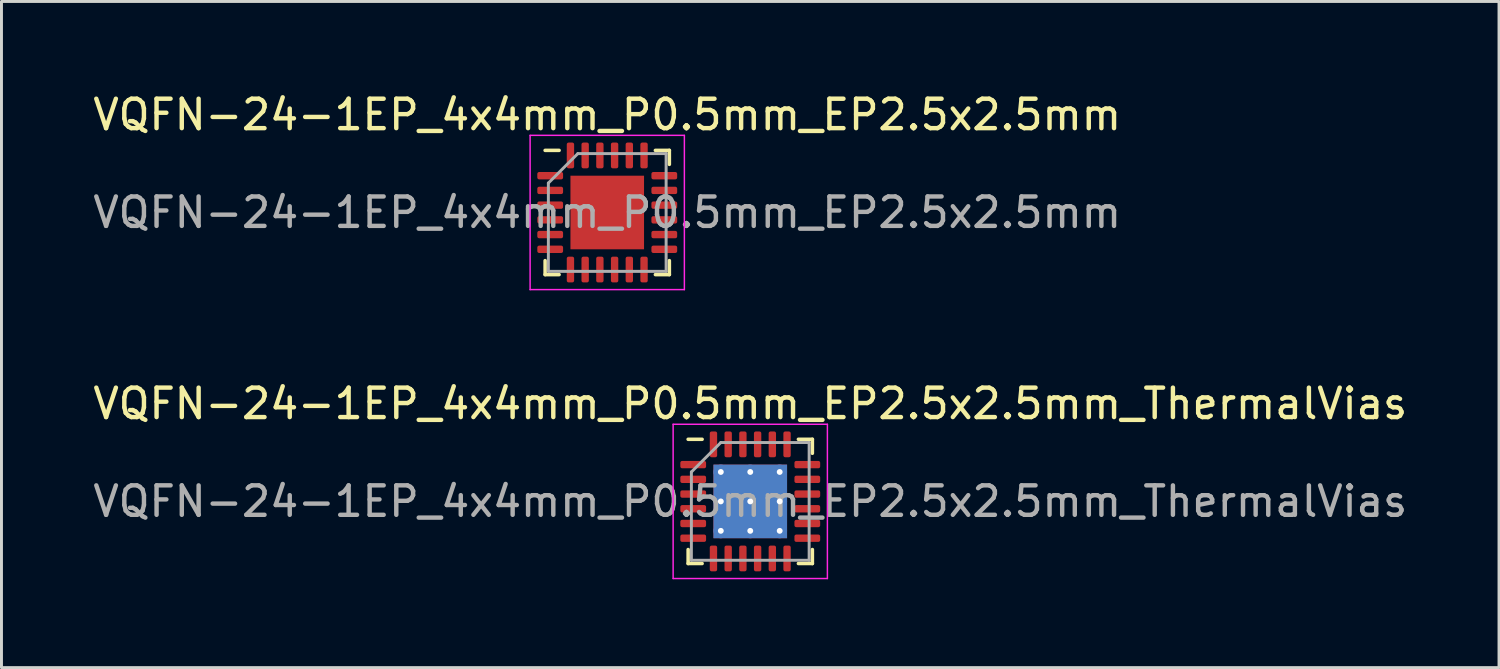
<source format=kicad_pcb>
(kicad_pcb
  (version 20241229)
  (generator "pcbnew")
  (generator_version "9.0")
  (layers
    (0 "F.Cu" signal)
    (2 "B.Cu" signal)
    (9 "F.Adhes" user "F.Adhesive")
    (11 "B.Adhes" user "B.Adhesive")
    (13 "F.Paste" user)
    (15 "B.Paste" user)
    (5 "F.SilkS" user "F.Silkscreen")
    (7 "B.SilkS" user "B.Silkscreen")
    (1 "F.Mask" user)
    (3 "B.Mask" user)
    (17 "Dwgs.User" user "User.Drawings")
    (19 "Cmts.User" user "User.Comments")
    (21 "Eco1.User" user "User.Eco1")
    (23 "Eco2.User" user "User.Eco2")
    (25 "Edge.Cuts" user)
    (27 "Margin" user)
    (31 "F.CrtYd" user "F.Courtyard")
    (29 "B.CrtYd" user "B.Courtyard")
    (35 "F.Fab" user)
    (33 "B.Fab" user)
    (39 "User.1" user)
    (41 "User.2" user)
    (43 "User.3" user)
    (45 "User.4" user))
  (footprint "VQFN-24-1EP_4x4mm_P0.5mm_EP2.5x2.5mm"
    (layer "F.Cu")
    (at 17.577 4.168)
    (property "Reference" "VQFN-24-1EP_4x4mm_P0.5mm_EP2.5x2.5mm" (at 0 -3.32 0) (layer "F.SilkS") (effects (font (size 1 1) (thickness 0.15))))
    (attr smd)
    (fp_line (start -2.11 2.11) (end -2.11 1.635) (stroke (width 0.12) (type solid)) (layer "F.SilkS"))
    (fp_line (start -1.635 -2.11) (end -2.11 -2.11) (stroke (width 0.12) (type solid)) (layer "F.SilkS"))
    (fp_line (start -1.635 2.11) (end -2.11 2.11) (stroke (width 0.12) (type solid)) (layer "F.SilkS"))
    (fp_line (start 1.635 -2.11) (end 2.11 -2.11) (stroke (width 0.12) (type solid)) (layer "F.SilkS"))
    (fp_line (start 1.635 2.11) (end 2.11 2.11) (stroke (width 0.12) (type solid)) (layer "F.SilkS"))
    (fp_line (start 2.11 -2.11) (end 2.11 -1.635) (stroke (width 0.12) (type solid)) (layer "F.SilkS"))
    (fp_line (start 2.11 2.11) (end 2.11 1.635) (stroke (width 0.12) (type solid)) (layer "F.SilkS"))
    (fp_line (start -2.62 -2.62) (end -2.62 2.62) (stroke (width 0.05) (type solid)) (layer "F.CrtYd"))
    (fp_line (start -2.62 2.62) (end 2.62 2.62) (stroke (width 0.05) (type solid)) (layer "F.CrtYd"))
    (fp_line (start 2.62 -2.62) (end -2.62 -2.62) (stroke (width 0.05) (type solid)) (layer "F.CrtYd"))
    (fp_line (start 2.62 2.62) (end 2.62 -2.62) (stroke (width 0.05) (type solid)) (layer "F.CrtYd"))
    (fp_line (start -2 -1) (end -1 -2) (stroke (width 0.1) (type solid)) (layer "F.Fab"))
    (fp_line (start -2 2) (end -2 -1) (stroke (width 0.1) (type solid)) (layer "F.Fab"))
    (fp_line (start -1 -2) (end 2 -2) (stroke (width 0.1) (type solid)) (layer "F.Fab"))
    (fp_line (start 2 -2) (end 2 2) (stroke (width 0.1) (type solid)) (layer "F.Fab"))
    (fp_line (start 2 2) (end -2 2) (stroke (width 0.1) (type solid)) (layer "F.Fab"))
    (fp_text user "${REFERENCE}" (at 0 0 0) (layer "F.Fab") (effects (font (size 1 1) (thickness 0.15))))
    (pad "" smd roundrect (at -0.625 -0.625) (size 1.01 1.01) (layers "F.Paste") (roundrect_rratio 0.248))
    (pad "" smd roundrect (at -0.625 0.625) (size 1.01 1.01) (layers "F.Paste") (roundrect_rratio 0.248))
    (pad "" smd roundrect (at 0.625 -0.625) (size 1.01 1.01) (layers "F.Paste") (roundrect_rratio 0.248))
    (pad "" smd roundrect (at 0.625 0.625) (size 1.01 1.01) (layers "F.Paste") (roundrect_rratio 0.248))
    (pad "1" smd roundrect (at -1.938 -1.25) (size 0.875 0.25) (layers "F.Cu" "F.Mask" "F.Paste") (roundrect_rratio 0.25))
    (pad "2" smd roundrect (at -1.938 -0.75) (size 0.875 0.25) (layers "F.Cu" "F.Mask" "F.Paste") (roundrect_rratio 0.25))
    (pad "3" smd roundrect (at -1.938 -0.25) (size 0.875 0.25) (layers "F.Cu" "F.Mask" "F.Paste") (roundrect_rratio 0.25))
    (pad "4" smd roundrect (at -1.938 0.25) (size 0.875 0.25) (layers "F.Cu" "F.Mask" "F.Paste") (roundrect_rratio 0.25))
    (pad "5" smd roundrect (at -1.938 0.75) (size 0.875 0.25) (layers "F.Cu" "F.Mask" "F.Paste") (roundrect_rratio 0.25))
    (pad "6" smd roundrect (at -1.938 1.25) (size 0.875 0.25) (layers "F.Cu" "F.Mask" "F.Paste") (roundrect_rratio 0.25))
    (pad "7" smd roundrect (at -1.25 1.938) (size 0.25 0.875) (layers "F.Cu" "F.Mask" "F.Paste") (roundrect_rratio 0.25))
    (pad "8" smd roundrect (at -0.75 1.938) (size 0.25 0.875) (layers "F.Cu" "F.Mask" "F.Paste") (roundrect_rratio 0.25))
    (pad "9" smd roundrect (at -0.25 1.938) (size 0.25 0.875) (layers "F.Cu" "F.Mask" "F.Paste") (roundrect_rratio 0.25))
    (pad "10" smd roundrect (at 0.25 1.938) (size 0.25 0.875) (layers "F.Cu" "F.Mask" "F.Paste") (roundrect_rratio 0.25))
    (pad "11" smd roundrect (at 0.75 1.938) (size 0.25 0.875) (layers "F.Cu" "F.Mask" "F.Paste") (roundrect_rratio 0.25))
    (pad "12" smd roundrect (at 1.25 1.938) (size 0.25 0.875) (layers "F.Cu" "F.Mask" "F.Paste") (roundrect_rratio 0.25))
    (pad "13" smd roundrect (at 1.938 1.25) (size 0.875 0.25) (layers "F.Cu" "F.Mask" "F.Paste") (roundrect_rratio 0.25))
    (pad "14" smd roundrect (at 1.938 0.75) (size 0.875 0.25) (layers "F.Cu" "F.Mask" "F.Paste") (roundrect_rratio 0.25))
    (pad "15" smd roundrect (at 1.938 0.25) (size 0.875 0.25) (layers "F.Cu" "F.Mask" "F.Paste") (roundrect_rratio 0.25))
    (pad "16" smd roundrect (at 1.938 -0.25) (size 0.875 0.25) (layers "F.Cu" "F.Mask" "F.Paste") (roundrect_rratio 0.25))
    (pad "17" smd roundrect (at 1.938 -0.75) (size 0.875 0.25) (layers "F.Cu" "F.Mask" "F.Paste") (roundrect_rratio 0.25))
    (pad "18" smd roundrect (at 1.938 -1.25) (size 0.875 0.25) (layers "F.Cu" "F.Mask" "F.Paste") (roundrect_rratio 0.25))
    (pad "19" smd roundrect (at 1.25 -1.938) (size 0.25 0.875) (layers "F.Cu" "F.Mask" "F.Paste") (roundrect_rratio 0.25))
    (pad "20" smd roundrect (at 0.75 -1.938) (size 0.25 0.875) (layers "F.Cu" "F.Mask" "F.Paste") (roundrect_rratio 0.25))
    (pad "21" smd roundrect (at 0.25 -1.938) (size 0.25 0.875) (layers "F.Cu" "F.Mask" "F.Paste") (roundrect_rratio 0.25))
    (pad "22" smd roundrect (at -0.25 -1.938) (size 0.25 0.875) (layers "F.Cu" "F.Mask" "F.Paste") (roundrect_rratio 0.25))
    (pad "23" smd roundrect (at -0.75 -1.938) (size 0.25 0.875) (layers "F.Cu" "F.Mask" "F.Paste") (roundrect_rratio 0.25))
    (pad "24" smd roundrect (at -1.25 -1.938) (size 0.25 0.875) (layers "F.Cu" "F.Mask" "F.Paste") (roundrect_rratio 0.25))
    (pad "25" smd rect (at 0 0) (size 2.5 2.5) (layers "F.Cu" "F.Mask")))
  (footprint "VQFN-24-1EP_4x4mm_P0.5mm_EP2.5x2.5mm_ThermalVias"
    (layer "F.Cu")
    (at 22.435 13.982)
    (property "Reference" "VQFN-24-1EP_4x4mm_P0.5mm_EP2.5x2.5mm_ThermalVias" (at 0 -3.32 0) (layer "F.SilkS") (effects (font (size 1 1) (thickness 0.15))))
    (attr smd)
    (fp_line (start -2.11 2.11) (end -2.11 1.635) (stroke (width 0.12) (type solid)) (layer "F.SilkS"))
    (fp_line (start -1.635 -2.11) (end -2.11 -2.11) (stroke (width 0.12) (type solid)) (layer "F.SilkS"))
    (fp_line (start -1.635 2.11) (end -2.11 2.11) (stroke (width 0.12) (type solid)) (layer "F.SilkS"))
    (fp_line (start 1.635 -2.11) (end 2.11 -2.11) (stroke (width 0.12) (type solid)) (layer "F.SilkS"))
    (fp_line (start 1.635 2.11) (end 2.11 2.11) (stroke (width 0.12) (type solid)) (layer "F.SilkS"))
    (fp_line (start 2.11 -2.11) (end 2.11 -1.635) (stroke (width 0.12) (type solid)) (layer "F.SilkS"))
    (fp_line (start 2.11 2.11) (end 2.11 1.635) (stroke (width 0.12) (type solid)) (layer "F.SilkS"))
    (fp_line (start -2.62 -2.62) (end -2.62 2.62) (stroke (width 0.05) (type solid)) (layer "F.CrtYd"))
    (fp_line (start -2.62 2.62) (end 2.62 2.62) (stroke (width 0.05) (type solid)) (layer "F.CrtYd"))
    (fp_line (start 2.62 -2.62) (end -2.62 -2.62) (stroke (width 0.05) (type solid)) (layer "F.CrtYd"))
    (fp_line (start 2.62 2.62) (end 2.62 -2.62) (stroke (width 0.05) (type solid)) (layer "F.CrtYd"))
    (fp_line (start -2 -1) (end -1 -2) (stroke (width 0.1) (type solid)) (layer "F.Fab"))
    (fp_line (start -2 2) (end -2 -1) (stroke (width 0.1) (type solid)) (layer "F.Fab"))
    (fp_line (start -1 -2) (end 2 -2) (stroke (width 0.1) (type solid)) (layer "F.Fab"))
    (fp_line (start 2 -2) (end 2 2) (stroke (width 0.1) (type solid)) (layer "F.Fab"))
    (fp_line (start 2 2) (end -2 2) (stroke (width 0.1) (type solid)) (layer "F.Fab"))
    (fp_text user "${REFERENCE}" (at 0 0 0) (layer "F.Fab") (effects (font (size 1 1) (thickness 0.15))))
    (pad "" smd custom (at -0.5 -0.5) (size 0.779 0.779) (layers "F.Paste") (options (anchor circle)) (primitives (gr_poly (pts (xy -0.315 -0.192) (xy -0.192 -0.315) (xy 0.192 -0.315) (xy 0.315 -0.192) (xy 0.315 0.192) (xy 0.192 0.315) (xy -0.192 0.315) (xy -0.315 0.192)) (width 0.297) (fill yes))))
    (pad "" smd custom (at -0.5 0.5) (size 0.779 0.779) (layers "F.Paste") (options (anchor circle)) (primitives (gr_poly (pts (xy -0.315 -0.192) (xy -0.192 -0.315) (xy 0.192 -0.315) (xy 0.315 -0.192) (xy 0.315 0.192) (xy 0.192 0.315) (xy -0.192 0.315) (xy -0.315 0.192)) (width 0.297) (fill yes))))
    (pad "" smd custom (at 0.5 -0.5) (size 0.779 0.779) (layers "F.Paste") (options (anchor circle)) (primitives (gr_poly (pts (xy -0.315 -0.192) (xy -0.192 -0.315) (xy 0.192 -0.315) (xy 0.315 -0.192) (xy 0.315 0.192) (xy 0.192 0.315) (xy -0.192 0.315) (xy -0.315 0.192)) (width 0.297) (fill yes))))
    (pad "" smd custom (at 0.5 0.5) (size 0.779 0.779) (layers "F.Paste") (options (anchor circle)) (primitives (gr_poly (pts (xy -0.315 -0.192) (xy -0.192 -0.315) (xy 0.192 -0.315) (xy 0.315 -0.192) (xy 0.315 0.192) (xy 0.192 0.315) (xy -0.192 0.315) (xy -0.315 0.192)) (width 0.297) (fill yes))))
    (pad "1" smd roundrect (at -1.938 -1.25) (size 0.875 0.25) (layers "F.Cu" "F.Mask" "F.Paste") (roundrect_rratio 0.25))
    (pad "2" smd roundrect (at -1.938 -0.75) (size 0.875 0.25) (layers "F.Cu" "F.Mask" "F.Paste") (roundrect_rratio 0.25))
    (pad "3" smd roundrect (at -1.938 -0.25) (size 0.875 0.25) (layers "F.Cu" "F.Mask" "F.Paste") (roundrect_rratio 0.25))
    (pad "4" smd roundrect (at -1.938 0.25) (size 0.875 0.25) (layers "F.Cu" "F.Mask" "F.Paste") (roundrect_rratio 0.25))
    (pad "5" smd roundrect (at -1.938 0.75) (size 0.875 0.25) (layers "F.Cu" "F.Mask" "F.Paste") (roundrect_rratio 0.25))
    (pad "6" smd roundrect (at -1.938 1.25) (size 0.875 0.25) (layers "F.Cu" "F.Mask" "F.Paste") (roundrect_rratio 0.25))
    (pad "7" smd roundrect (at -1.25 1.938) (size 0.25 0.875) (layers "F.Cu" "F.Mask" "F.Paste") (roundrect_rratio 0.25))
    (pad "8" smd roundrect (at -0.75 1.938) (size 0.25 0.875) (layers "F.Cu" "F.Mask" "F.Paste") (roundrect_rratio 0.25))
    (pad "9" smd roundrect (at -0.25 1.938) (size 0.25 0.875) (layers "F.Cu" "F.Mask" "F.Paste") (roundrect_rratio 0.25))
    (pad "10" smd roundrect (at 0.25 1.938) (size 0.25 0.875) (layers "F.Cu" "F.Mask" "F.Paste") (roundrect_rratio 0.25))
    (pad "11" smd roundrect (at 0.75 1.938) (size 0.25 0.875) (layers "F.Cu" "F.Mask" "F.Paste") (roundrect_rratio 0.25))
    (pad "12" smd roundrect (at 1.25 1.938) (size 0.25 0.875) (layers "F.Cu" "F.Mask" "F.Paste") (roundrect_rratio 0.25))
    (pad "13" smd roundrect (at 1.938 1.25) (size 0.875 0.25) (layers "F.Cu" "F.Mask" "F.Paste") (roundrect_rratio 0.25))
    (pad "14" smd roundrect (at 1.938 0.75) (size 0.875 0.25) (layers "F.Cu" "F.Mask" "F.Paste") (roundrect_rratio 0.25))
    (pad "15" smd roundrect (at 1.938 0.25) (size 0.875 0.25) (layers "F.Cu" "F.Mask" "F.Paste") (roundrect_rratio 0.25))
    (pad "16" smd roundrect (at 1.938 -0.25) (size 0.875 0.25) (layers "F.Cu" "F.Mask" "F.Paste") (roundrect_rratio 0.25))
    (pad "17" smd roundrect (at 1.938 -0.75) (size 0.875 0.25) (layers "F.Cu" "F.Mask" "F.Paste") (roundrect_rratio 0.25))
    (pad "18" smd roundrect (at 1.938 -1.25) (size 0.875 0.25) (layers "F.Cu" "F.Mask" "F.Paste") (roundrect_rratio 0.25))
    (pad "19" smd roundrect (at 1.25 -1.938) (size 0.25 0.875) (layers "F.Cu" "F.Mask" "F.Paste") (roundrect_rratio 0.25))
    (pad "20" smd roundrect (at 0.75 -1.938) (size 0.25 0.875) (layers "F.Cu" "F.Mask" "F.Paste") (roundrect_rratio 0.25))
    (pad "21" smd roundrect (at 0.25 -1.938) (size 0.25 0.875) (layers "F.Cu" "F.Mask" "F.Paste") (roundrect_rratio 0.25))
    (pad "22" smd roundrect (at -0.25 -1.938) (size 0.25 0.875) (layers "F.Cu" "F.Mask" "F.Paste") (roundrect_rratio 0.25))
    (pad "23" smd roundrect (at -0.75 -1.938) (size 0.25 0.875) (layers "F.Cu" "F.Mask" "F.Paste") (roundrect_rratio 0.25))
    (pad "24" smd roundrect (at -1.25 -1.938) (size 0.25 0.875) (layers "F.Cu" "F.Mask" "F.Paste") (roundrect_rratio 0.25))
    (pad "25" thru_hole circle (at -1 -1) (size 0.5 0.5) (drill 0.2) (layers "*.Cu"))
    (pad "25" thru_hole circle (at -1 0) (size 0.5 0.5) (drill 0.2) (layers "*.Cu"))
    (pad "25" thru_hole circle (at -1 1) (size 0.5 0.5) (drill 0.2) (layers "*.Cu"))
    (pad "25" thru_hole circle (at 0 -1) (size 0.5 0.5) (drill 0.2) (layers "*.Cu"))
    (pad "25" thru_hole circle (at 0 0) (size 0.5 0.5) (drill 0.2) (layers "*.Cu"))
    (pad "25" smd rect (at 0 0) (size 2.5 2.5) (layers "F.Cu" "F.Mask"))
    (pad "25" smd rect (at 0 0) (size 2.5 2.5) (layers "B.Cu"))
    (pad "25" thru_hole circle (at 0 1) (size 0.5 0.5) (drill 0.2) (layers "*.Cu"))
    (pad "25" thru_hole circle (at 1 -1) (size 0.5 0.5) (drill 0.2) (layers "*.Cu"))
    (pad "25" thru_hole circle (at 1 0) (size 0.5 0.5) (drill 0.2) (layers "*.Cu"))
    (pad "25" thru_hole circle (at 1 1) (size 0.5 0.5) (drill 0.2) (layers "*.Cu")))
  (gr_rect
    (start -3 -3)
    (end 47.869 19.627)
    (stroke (width 0.1) (type default))
    (fill no)
    (layer "Edge.Cuts")))
</source>
